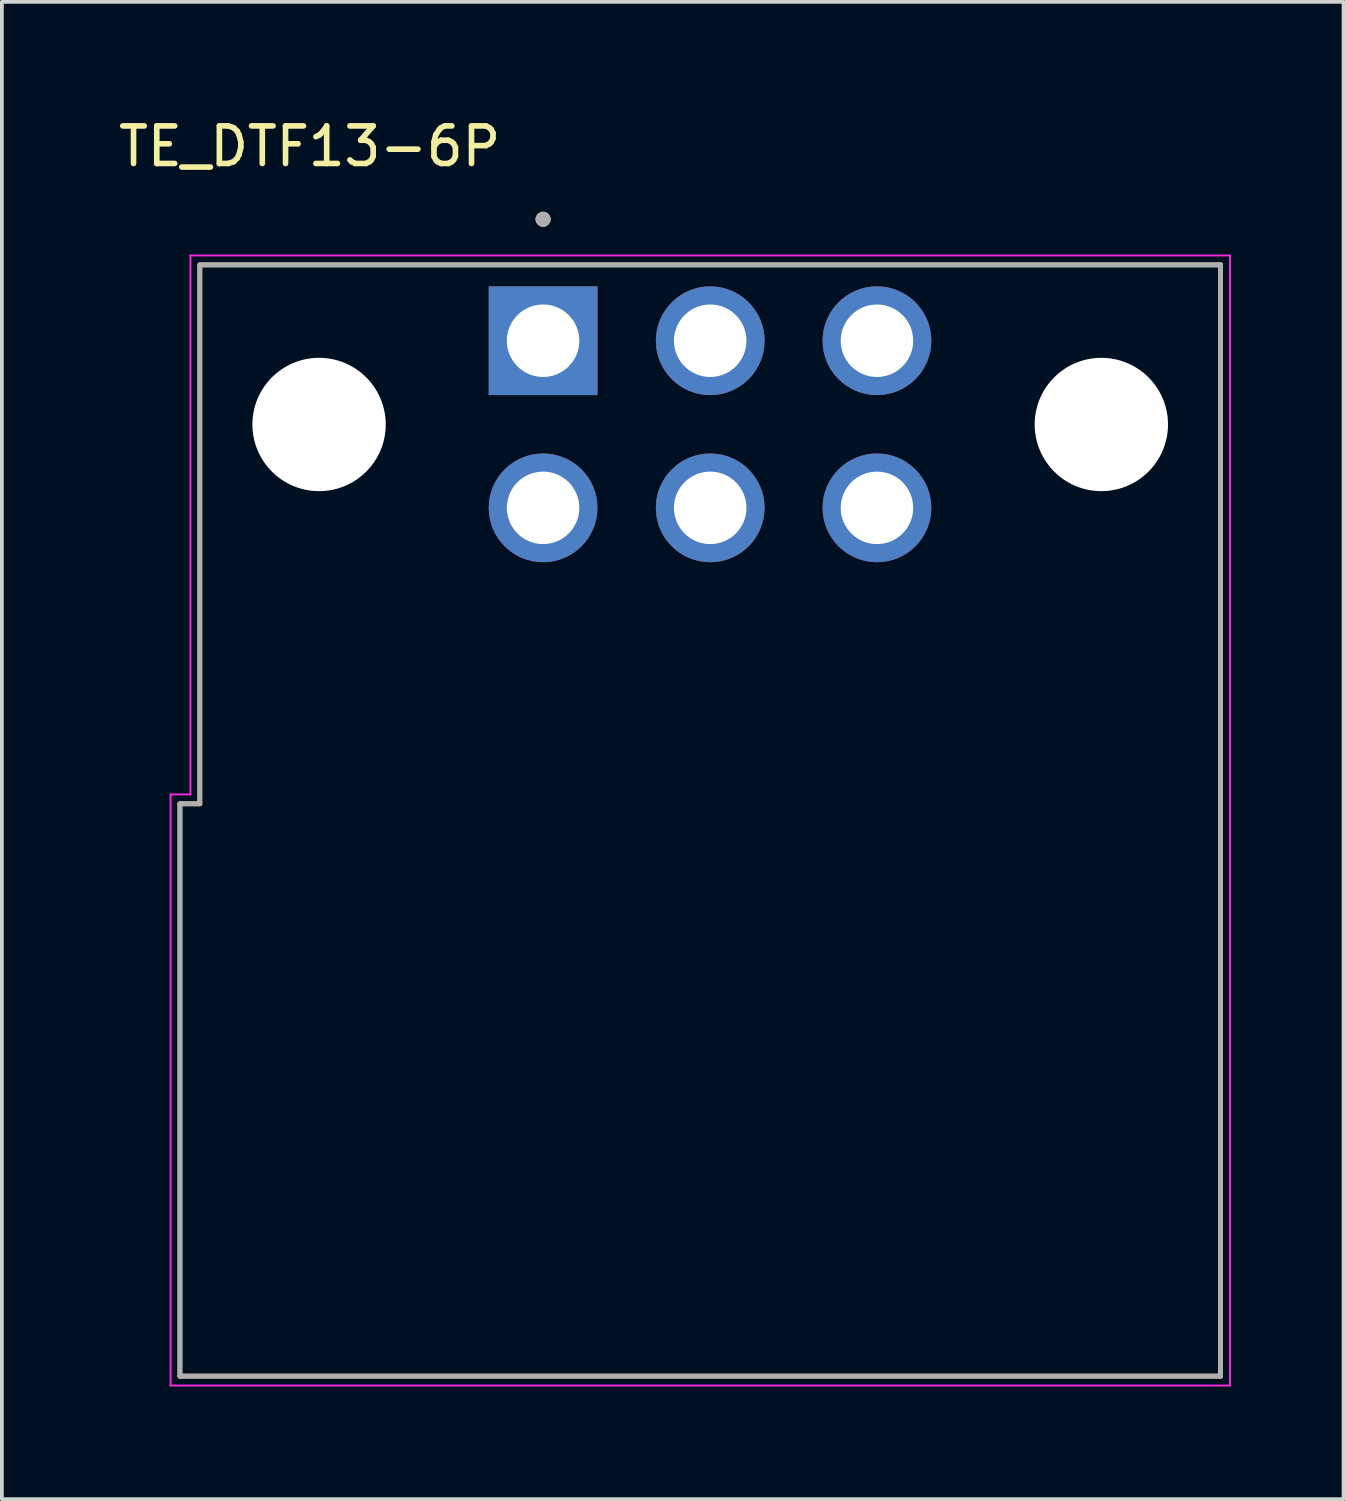
<source format=kicad_pcb>
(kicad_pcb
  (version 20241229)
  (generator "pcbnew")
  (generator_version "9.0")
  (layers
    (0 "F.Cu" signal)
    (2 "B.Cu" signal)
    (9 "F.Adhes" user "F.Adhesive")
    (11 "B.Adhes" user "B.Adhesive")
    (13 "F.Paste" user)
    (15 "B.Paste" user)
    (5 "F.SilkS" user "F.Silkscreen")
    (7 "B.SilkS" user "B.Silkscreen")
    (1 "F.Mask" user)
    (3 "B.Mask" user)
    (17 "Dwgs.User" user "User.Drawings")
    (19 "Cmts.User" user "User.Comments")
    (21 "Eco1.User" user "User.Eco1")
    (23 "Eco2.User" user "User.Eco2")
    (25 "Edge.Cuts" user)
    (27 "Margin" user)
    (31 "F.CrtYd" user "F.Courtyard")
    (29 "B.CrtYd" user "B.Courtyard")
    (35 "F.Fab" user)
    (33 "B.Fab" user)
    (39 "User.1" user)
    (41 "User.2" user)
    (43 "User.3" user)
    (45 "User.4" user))
  (footprint "TE_DTF13-6P"
    (layer "F.Cu")
    (at 15.861 8.253)
    (property "Reference" "TE_DTF13-6P" (at -10.665 -7.405 0) (layer "F.SilkS") (effects (font (size 1 1) (thickness 0.15))))
    (attr through_hole)
    (fp_line (start -14.12 10.1) (end -14.12 25.34) (stroke (width 0.127) (type solid)) (layer "F.SilkS"))
    (fp_line (start -14.12 25.34) (end 13.59 25.34) (stroke (width 0.127) (type solid)) (layer "F.SilkS"))
    (fp_line (start -13.59 -4.25) (end -13.59 10.1) (stroke (width 0.127) (type solid)) (layer "F.SilkS"))
    (fp_line (start -13.59 10.1) (end -14.12 10.1) (stroke (width 0.127) (type solid)) (layer "F.SilkS"))
    (fp_line (start 13.59 -4.25) (end -13.59 -4.25) (stroke (width 0.127) (type solid)) (layer "F.SilkS"))
    (fp_line (start 13.59 25.34) (end 13.59 -4.25) (stroke (width 0.127) (type solid)) (layer "F.SilkS"))
    (fp_circle (center -4.45 -5.465) (end -4.35 -5.465) (stroke (width 0.2) (type solid)) (fill no) (layer "F.SilkS"))
    (fp_line (start -14.37 9.85) (end -14.37 25.59) (stroke (width 0.05) (type solid)) (layer "F.CrtYd"))
    (fp_line (start -14.37 25.59) (end 13.84 25.59) (stroke (width 0.05) (type solid)) (layer "F.CrtYd"))
    (fp_line (start -13.84 -4.5) (end -13.84 9.85) (stroke (width 0.05) (type solid)) (layer "F.CrtYd"))
    (fp_line (start -13.84 9.85) (end -14.37 9.85) (stroke (width 0.05) (type solid)) (layer "F.CrtYd"))
    (fp_line (start 13.84 -4.5) (end -13.84 -4.5) (stroke (width 0.05) (type solid)) (layer "F.CrtYd"))
    (fp_line (start 13.84 25.59) (end 13.84 -4.5) (stroke (width 0.05) (type solid)) (layer "F.CrtYd"))
    (fp_line (start -14.12 10.1) (end -14.12 25.34) (stroke (width 0.127) (type solid)) (layer "F.Fab"))
    (fp_line (start -14.12 25.34) (end 13.59 25.34) (stroke (width 0.127) (type solid)) (layer "F.Fab"))
    (fp_line (start -13.59 -4.25) (end -13.59 10.1) (stroke (width 0.127) (type solid)) (layer "F.Fab"))
    (fp_line (start -13.59 10.1) (end -14.12 10.1) (stroke (width 0.127) (type solid)) (layer "F.Fab"))
    (fp_line (start 13.59 -4.25) (end -13.59 -4.25) (stroke (width 0.127) (type solid)) (layer "F.Fab"))
    (fp_line (start 13.59 25.34) (end 13.59 -4.25) (stroke (width 0.127) (type solid)) (layer "F.Fab"))
    (fp_circle (center -4.45 -5.465) (end -4.35 -5.465) (stroke (width 0.2) (type solid)) (fill no) (layer "F.Fab"))
    (pad "" np_thru_hole circle (at -10.415 0) (size 3.55 3.55) (drill 3.55) (layers "*.Cu" "*.Mask"))
    (pad "" np_thru_hole circle (at 10.415 0) (size 3.55 3.55) (drill 3.55) (layers "*.Cu" "*.Mask"))
    (pad "1" thru_hole rect (at -4.45 -2.23) (size 2.895 2.895) (drill 1.93) (layers "*.Cu" "*.Mask"))
    (pad "2" thru_hole circle (at 0 -2.23) (size 2.895 2.895) (drill 1.93) (layers "*.Cu" "*.Mask"))
    (pad "3" thru_hole circle (at 4.44 -2.23) (size 2.895 2.895) (drill 1.93) (layers "*.Cu" "*.Mask"))
    (pad "4" thru_hole circle (at 4.44 2.22) (size 2.895 2.895) (drill 1.93) (layers "*.Cu" "*.Mask"))
    (pad "5" thru_hole circle (at 0 2.22) (size 2.895 2.895) (drill 1.93) (layers "*.Cu" "*.Mask"))
    (pad "6" thru_hole circle (at -4.45 2.22) (size 2.895 2.895) (drill 1.93) (layers "*.Cu" "*.Mask")))
  (gr_rect
    (start -3 -3)
    (end 32.726 36.868)
    (stroke (width 0.1) (type default))
    (fill no)
    (layer "Edge.Cuts")))
</source>
